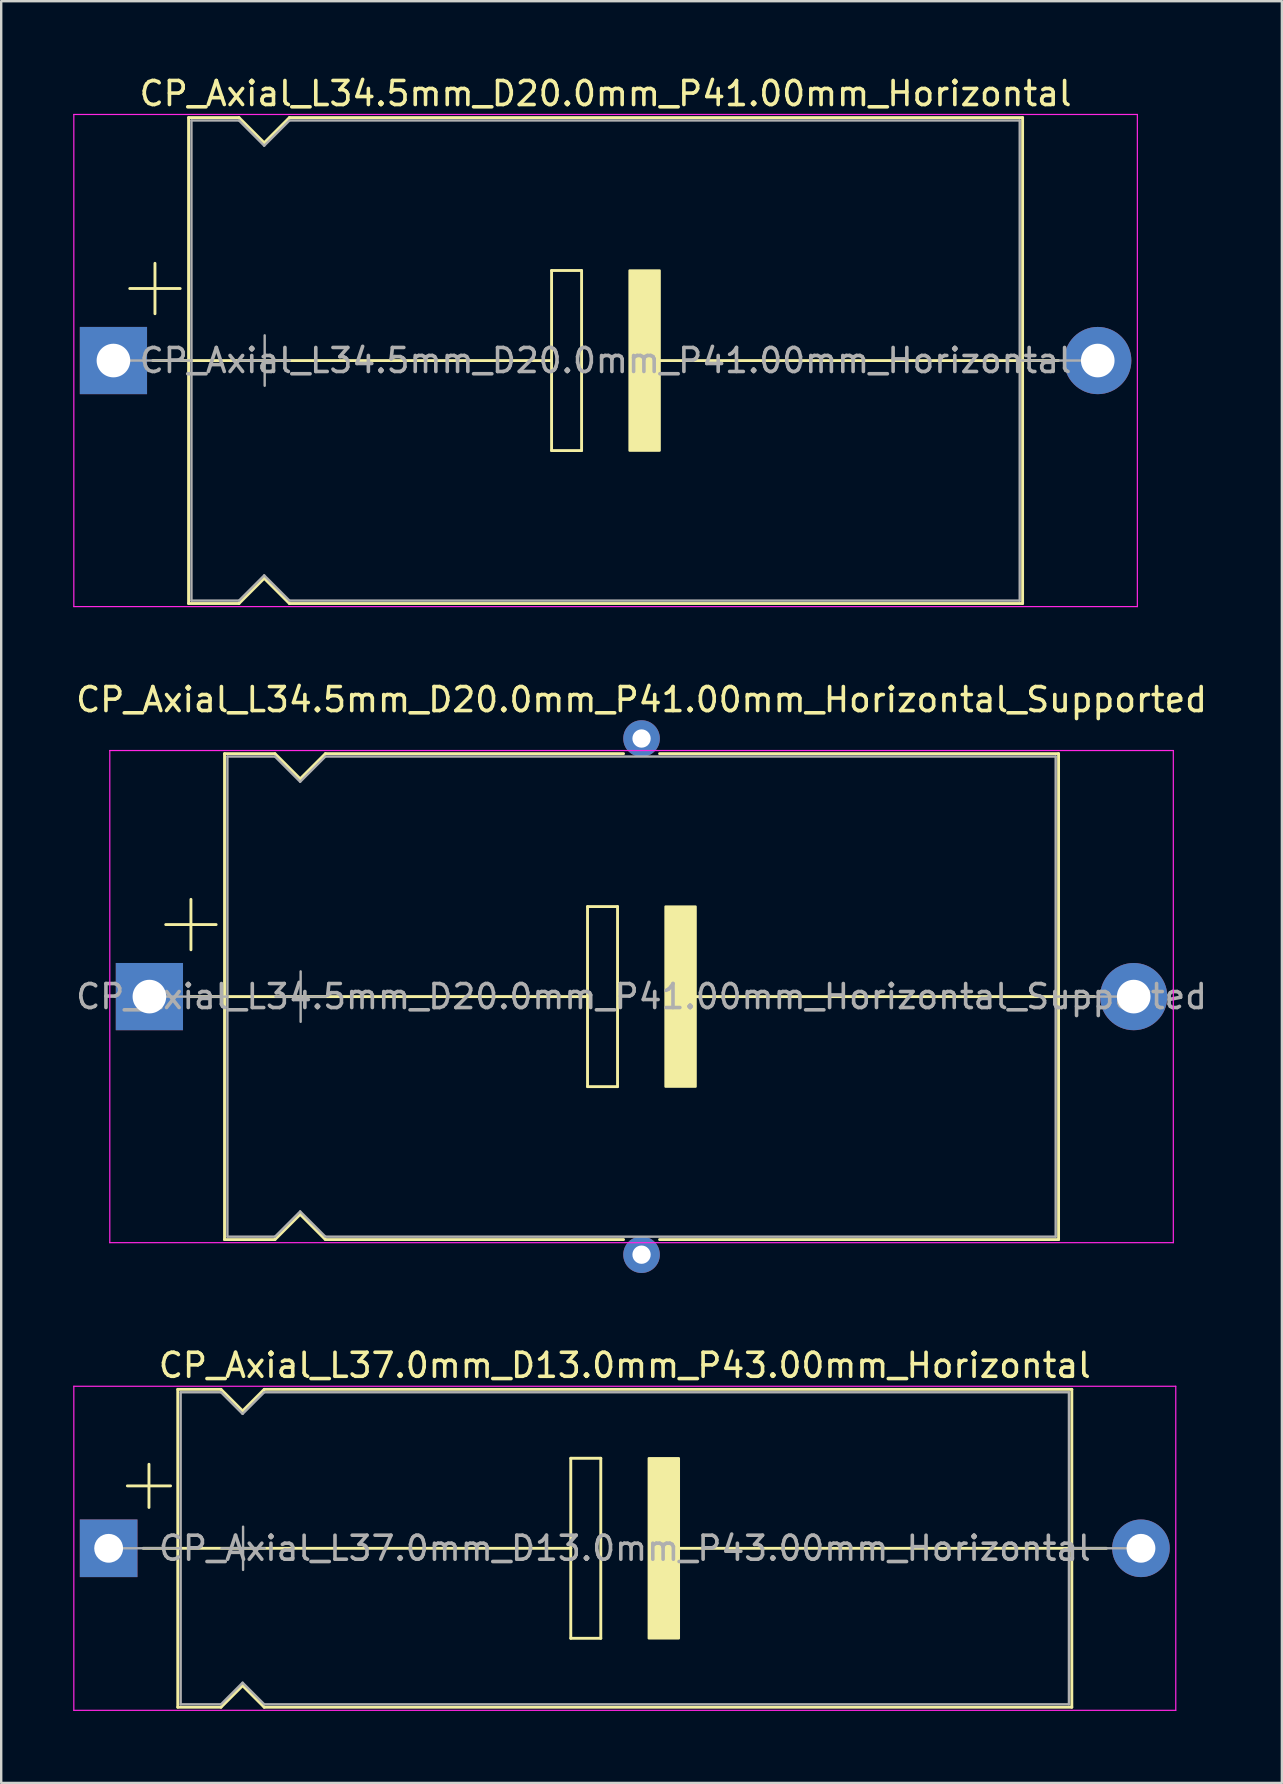
<source format=kicad_pcb>
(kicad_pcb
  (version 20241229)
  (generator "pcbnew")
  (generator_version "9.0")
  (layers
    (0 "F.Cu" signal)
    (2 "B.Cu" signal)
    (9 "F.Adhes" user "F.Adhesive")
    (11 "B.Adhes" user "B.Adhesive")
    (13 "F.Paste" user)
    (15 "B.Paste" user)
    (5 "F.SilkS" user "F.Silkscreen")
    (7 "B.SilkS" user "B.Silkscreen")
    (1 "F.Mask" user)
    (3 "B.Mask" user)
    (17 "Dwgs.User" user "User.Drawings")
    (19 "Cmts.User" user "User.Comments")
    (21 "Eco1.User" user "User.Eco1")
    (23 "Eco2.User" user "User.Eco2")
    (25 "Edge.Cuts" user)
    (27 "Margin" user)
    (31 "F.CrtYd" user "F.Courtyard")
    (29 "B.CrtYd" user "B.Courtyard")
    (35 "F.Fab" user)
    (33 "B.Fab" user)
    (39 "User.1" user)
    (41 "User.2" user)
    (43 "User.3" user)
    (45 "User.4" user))
  (footprint "CP_Axial_L34.5mm_D20.0mm_P41.00mm_Horizontal"
    (layer "F.Cu")
    (at 1.675 11.968)
    (property "Reference" "CP_Axial_L34.5mm_D20.0mm_P41.00mm_Horizontal" (at 20.5 -11.12 0) (layer "F.SilkS") (effects (font (size 1 1) (thickness 0.15))))
    (attr through_hole)
    (fp_line (start 0.68 -3) (end 2.78 -3) (stroke (width 0.12) (type solid)) (layer "F.SilkS"))
    (fp_line (start 1.64 0) (end 3.13 0) (stroke (width 0.12) (type solid)) (layer "F.SilkS"))
    (fp_line (start 1.73 -4.05) (end 1.73 -1.95) (stroke (width 0.12) (type solid)) (layer "F.SilkS"))
    (fp_line (start 3.111 0) (end 18.25 0) (stroke (width 0.12) (type solid)) (layer "F.SilkS"))
    (fp_line (start 3.13 -10.12) (end 3.13 10.12) (stroke (width 0.12) (type solid)) (layer "F.SilkS"))
    (fp_line (start 3.13 -10.12) (end 5.23 -10.12) (stroke (width 0.12) (type solid)) (layer "F.SilkS"))
    (fp_line (start 3.13 10.12) (end 5.23 10.12) (stroke (width 0.12) (type solid)) (layer "F.SilkS"))
    (fp_line (start 5.23 -10.12) (end 6.28 -9.07) (stroke (width 0.12) (type solid)) (layer "F.SilkS"))
    (fp_line (start 5.23 10.12) (end 6.28 9.07) (stroke (width 0.12) (type solid)) (layer "F.SilkS"))
    (fp_line (start 6.28 -9.07) (end 7.33 -10.12) (stroke (width 0.12) (type solid)) (layer "F.SilkS"))
    (fp_line (start 6.28 9.07) (end 7.33 10.12) (stroke (width 0.12) (type solid)) (layer "F.SilkS"))
    (fp_line (start 7.33 -10.12) (end 37.87 -10.12) (stroke (width 0.12) (type solid)) (layer "F.SilkS"))
    (fp_line (start 7.33 10.12) (end 37.87 10.12) (stroke (width 0.12) (type solid)) (layer "F.SilkS"))
    (fp_line (start 18.25 -3.75) (end 19.5 -3.75) (stroke (width 0.12) (type solid)) (layer "F.SilkS"))
    (fp_line (start 18.25 0) (end 18.25 -3.75) (stroke (width 0.12) (type solid)) (layer "F.SilkS"))
    (fp_line (start 18.25 3.75) (end 18.25 0) (stroke (width 0.12) (type solid)) (layer "F.SilkS"))
    (fp_line (start 19.5 -3.75) (end 19.5 3.75) (stroke (width 0.12) (type solid)) (layer "F.SilkS"))
    (fp_line (start 19.5 3.75) (end 18.25 3.75) (stroke (width 0.12) (type solid)) (layer "F.SilkS"))
    (fp_line (start 22.75 0) (end 37.87 0) (stroke (width 0.12) (type solid)) (layer "F.SilkS"))
    (fp_line (start 37.87 -10.12) (end 37.87 10.12) (stroke (width 0.12) (type solid)) (layer "F.SilkS"))
    (fp_line (start 39.36 0) (end 37.87 0) (stroke (width 0.12) (type solid)) (layer "F.SilkS"))
    (fp_poly (pts (xy 22.75 3.75) (xy 21.5 3.75) (xy 21.5 -3.75) (xy 22.75 -3.75)) (stroke (width 0.1) (type solid)) (fill yes) (layer "F.SilkS"))
    (fp_line (start -1.65 -10.25) (end -1.65 10.25) (stroke (width 0.05) (type solid)) (layer "F.CrtYd"))
    (fp_line (start -1.65 10.25) (end 42.65 10.25) (stroke (width 0.05) (type solid)) (layer "F.CrtYd"))
    (fp_line (start 42.65 -10.25) (end -1.65 -10.25) (stroke (width 0.05) (type solid)) (layer "F.CrtYd"))
    (fp_line (start 42.65 10.25) (end 42.65 -10.25) (stroke (width 0.05) (type solid)) (layer "F.CrtYd"))
    (fp_line (start 0 0) (end 3.25 0) (stroke (width 0.1) (type solid)) (layer "F.Fab"))
    (fp_line (start 3.25 -10) (end 3.25 10) (stroke (width 0.1) (type solid)) (layer "F.Fab"))
    (fp_line (start 3.25 -10) (end 5.23 -10) (stroke (width 0.1) (type solid)) (layer "F.Fab"))
    (fp_line (start 3.25 10) (end 5.23 10) (stroke (width 0.1) (type solid)) (layer "F.Fab"))
    (fp_line (start 5.23 -10) (end 6.28 -8.95) (stroke (width 0.1) (type solid)) (layer "F.Fab"))
    (fp_line (start 5.23 10) (end 6.28 8.95) (stroke (width 0.1) (type solid)) (layer "F.Fab"))
    (fp_line (start 5.25 0) (end 7.35 0) (stroke (width 0.1) (type solid)) (layer "F.Fab"))
    (fp_line (start 6.28 -8.95) (end 7.33 -10) (stroke (width 0.1) (type solid)) (layer "F.Fab"))
    (fp_line (start 6.28 8.95) (end 7.33 10) (stroke (width 0.1) (type solid)) (layer "F.Fab"))
    (fp_line (start 6.3 -1.05) (end 6.3 1.05) (stroke (width 0.1) (type solid)) (layer "F.Fab"))
    (fp_line (start 7.33 -10) (end 37.75 -10) (stroke (width 0.1) (type solid)) (layer "F.Fab"))
    (fp_line (start 7.33 10) (end 37.75 10) (stroke (width 0.1) (type solid)) (layer "F.Fab"))
    (fp_line (start 37.75 -10) (end 37.75 10) (stroke (width 0.1) (type solid)) (layer "F.Fab"))
    (fp_line (start 41 0) (end 37.75 0) (stroke (width 0.1) (type solid)) (layer "F.Fab"))
    (fp_text user "${REFERENCE}" (at 20.5 0 0) (layer "F.Fab") (effects (font (size 1 1) (thickness 0.15))))
    (pad "1" thru_hole rect (at 0 0) (size 2.8 2.8) (drill 1.4) (layers "*.Cu" "*.Mask"))
    (pad "2" thru_hole oval (at 41 0) (size 2.8 2.8) (drill 1.4) (layers "*.Cu" "*.Mask")))
  (footprint "CP_Axial_L34.5mm_D20.0mm_P41.00mm_Horizontal_Supported"
    (layer "F.Cu")
    (at 3.173 38.462)
    (property "Reference" "CP_Axial_L34.5mm_D20.0mm_P41.00mm_Horizontal_Supported" (at 20.5 -12.37 0) (layer "F.SilkS") (effects (font (size 1 1) (thickness 0.15))))
    (attr through_hole)
    (fp_line (start 0.68 -3) (end 2.78 -3) (stroke (width 0.12) (type solid)) (layer "F.SilkS"))
    (fp_line (start 1.64 0) (end 3.13 0) (stroke (width 0.12) (type solid)) (layer "F.SilkS"))
    (fp_line (start 1.73 -4.05) (end 1.73 -1.95) (stroke (width 0.12) (type solid)) (layer "F.SilkS"))
    (fp_line (start 3.13 -10.12) (end 3.13 10.12) (stroke (width 0.12) (type solid)) (layer "F.SilkS"))
    (fp_line (start 3.13 -10.12) (end 5.23 -10.12) (stroke (width 0.12) (type solid)) (layer "F.SilkS"))
    (fp_line (start 3.13 0) (end 18.25 0) (stroke (width 0.12) (type solid)) (layer "F.SilkS"))
    (fp_line (start 3.13 10.12) (end 5.23 10.12) (stroke (width 0.12) (type solid)) (layer "F.SilkS"))
    (fp_line (start 5.23 -10.12) (end 6.28 -9.07) (stroke (width 0.12) (type solid)) (layer "F.SilkS"))
    (fp_line (start 5.23 10.12) (end 6.28 9.07) (stroke (width 0.12) (type solid)) (layer "F.SilkS"))
    (fp_line (start 6.28 -9.07) (end 7.33 -10.12) (stroke (width 0.12) (type solid)) (layer "F.SilkS"))
    (fp_line (start 6.28 9.07) (end 7.33 10.12) (stroke (width 0.12) (type solid)) (layer "F.SilkS"))
    (fp_line (start 7.33 -10.12) (end 19.75 -10.12) (stroke (width 0.12) (type solid)) (layer "F.SilkS"))
    (fp_line (start 7.33 10.12) (end 19.75 10.12) (stroke (width 0.12) (type solid)) (layer "F.SilkS"))
    (fp_line (start 18.25 -3.75) (end 19.5 -3.75) (stroke (width 0.12) (type solid)) (layer "F.SilkS"))
    (fp_line (start 18.25 0) (end 18.25 -3.75) (stroke (width 0.12) (type solid)) (layer "F.SilkS"))
    (fp_line (start 18.25 3.75) (end 18.25 0) (stroke (width 0.12) (type solid)) (layer "F.SilkS"))
    (fp_line (start 19.5 -3.75) (end 19.5 3.75) (stroke (width 0.12) (type solid)) (layer "F.SilkS"))
    (fp_line (start 19.5 3.75) (end 18.25 3.75) (stroke (width 0.12) (type solid)) (layer "F.SilkS"))
    (fp_line (start 21.25 -10.12) (end 37.87 -10.12) (stroke (width 0.12) (type solid)) (layer "F.SilkS"))
    (fp_line (start 21.25 10.12) (end 37.87 10.12) (stroke (width 0.12) (type solid)) (layer "F.SilkS"))
    (fp_line (start 22.75 0) (end 37.87 0) (stroke (width 0.12) (type solid)) (layer "F.SilkS"))
    (fp_line (start 37.87 -10.12) (end 37.87 10.12) (stroke (width 0.12) (type solid)) (layer "F.SilkS"))
    (fp_line (start 39.36 0) (end 37.87 0) (stroke (width 0.12) (type solid)) (layer "F.SilkS"))
    (fp_poly (pts (xy 22.75 3.75) (xy 21.5 3.75) (xy 21.5 -3.75) (xy 22.75 -3.75)) (stroke (width 0.1) (type solid)) (fill yes) (layer "F.SilkS"))
    (fp_line (start -1.65 -10.25) (end -1.65 10.25) (stroke (width 0.05) (type solid)) (layer "F.CrtYd"))
    (fp_line (start -1.65 10.25) (end 42.65 10.25) (stroke (width 0.05) (type solid)) (layer "F.CrtYd"))
    (fp_line (start 42.65 -10.25) (end -1.65 -10.25) (stroke (width 0.05) (type solid)) (layer "F.CrtYd"))
    (fp_line (start 42.65 10.25) (end 42.65 -10.25) (stroke (width 0.05) (type solid)) (layer "F.CrtYd"))
    (fp_line (start 0 0) (end 3.25 0) (stroke (width 0.1) (type solid)) (layer "F.Fab"))
    (fp_line (start 3.25 -10) (end 3.25 10) (stroke (width 0.1) (type solid)) (layer "F.Fab"))
    (fp_line (start 3.25 -10) (end 5.23 -10) (stroke (width 0.1) (type solid)) (layer "F.Fab"))
    (fp_line (start 3.25 10) (end 5.23 10) (stroke (width 0.1) (type solid)) (layer "F.Fab"))
    (fp_line (start 5.23 -10) (end 6.28 -8.95) (stroke (width 0.1) (type solid)) (layer "F.Fab"))
    (fp_line (start 5.23 10) (end 6.28 8.95) (stroke (width 0.1) (type solid)) (layer "F.Fab"))
    (fp_line (start 5.25 0) (end 7.35 0) (stroke (width 0.1) (type solid)) (layer "F.Fab"))
    (fp_line (start 6.28 -8.95) (end 7.33 -10) (stroke (width 0.1) (type solid)) (layer "F.Fab"))
    (fp_line (start 6.28 8.95) (end 7.33 10) (stroke (width 0.1) (type solid)) (layer "F.Fab"))
    (fp_line (start 6.3 -1.05) (end 6.3 1.05) (stroke (width 0.1) (type solid)) (layer "F.Fab"))
    (fp_line (start 7.33 -10) (end 37.75 -10) (stroke (width 0.1) (type solid)) (layer "F.Fab"))
    (fp_line (start 7.33 10) (end 37.75 10) (stroke (width 0.1) (type solid)) (layer "F.Fab"))
    (fp_line (start 37.75 -10) (end 37.75 10) (stroke (width 0.1) (type solid)) (layer "F.Fab"))
    (fp_line (start 41 0) (end 37.75 0) (stroke (width 0.1) (type solid)) (layer "F.Fab"))
    (fp_text user "${REFERENCE}" (at 20.5 0 0) (layer "F.Fab") (effects (font (size 1 1) (thickness 0.15))))
    (pad "" thru_hole circle (at 20.5 -10.75) (size 1.524 1.524) (drill 0.762) (layers "*.Cu" "*.Mask"))
    (pad "" thru_hole circle (at 20.5 10.75) (size 1.524 1.524) (drill 0.762) (layers "*.Cu" "*.Mask"))
    (pad "1" thru_hole rect (at 0 0) (size 2.8 2.8) (drill 1.4) (layers "*.Cu" "*.Mask"))
    (pad "2" thru_hole oval (at 41 0) (size 2.8 2.8) (drill 1.4) (layers "*.Cu" "*.Mask")))
  (footprint "CP_Axial_L37.0mm_D13.0mm_P43.00mm_Horizontal"
    (layer "F.Cu")
    (at 1.475 61.442)
    (property "Reference" "CP_Axial_L37.0mm_D13.0mm_P43.00mm_Horizontal" (at 21.5 -7.62 0) (layer "F.SilkS") (effects (font (size 1 1) (thickness 0.15))))
    (attr through_hole)
    (fp_line (start 0.78 -2.6) (end 2.58 -2.6) (stroke (width 0.12) (type solid)) (layer "F.SilkS"))
    (fp_line (start 1.44 0) (end 2.88 0) (stroke (width 0.12) (type solid)) (layer "F.SilkS"))
    (fp_line (start 1.68 -3.5) (end 1.68 -1.7) (stroke (width 0.12) (type solid)) (layer "F.SilkS"))
    (fp_line (start 2.88 -6.62) (end 2.88 6.62) (stroke (width 0.12) (type solid)) (layer "F.SilkS"))
    (fp_line (start 2.88 -6.62) (end 4.68 -6.62) (stroke (width 0.12) (type solid)) (layer "F.SilkS"))
    (fp_line (start 2.88 0) (end 19.25 0) (stroke (width 0.12) (type solid)) (layer "F.SilkS"))
    (fp_line (start 2.88 6.62) (end 4.68 6.62) (stroke (width 0.12) (type solid)) (layer "F.SilkS"))
    (fp_line (start 4.68 -6.62) (end 5.58 -5.72) (stroke (width 0.12) (type solid)) (layer "F.SilkS"))
    (fp_line (start 4.68 6.62) (end 5.58 5.72) (stroke (width 0.12) (type solid)) (layer "F.SilkS"))
    (fp_line (start 5.58 -5.72) (end 6.48 -6.62) (stroke (width 0.12) (type solid)) (layer "F.SilkS"))
    (fp_line (start 5.58 5.72) (end 6.48 6.62) (stroke (width 0.12) (type solid)) (layer "F.SilkS"))
    (fp_line (start 6.48 -6.62) (end 40.12 -6.62) (stroke (width 0.12) (type solid)) (layer "F.SilkS"))
    (fp_line (start 6.48 6.62) (end 40.12 6.62) (stroke (width 0.12) (type solid)) (layer "F.SilkS"))
    (fp_line (start 19.25 -3.75) (end 20.5 -3.75) (stroke (width 0.12) (type solid)) (layer "F.SilkS"))
    (fp_line (start 19.25 0) (end 19.25 -3.75) (stroke (width 0.12) (type solid)) (layer "F.SilkS"))
    (fp_line (start 19.25 3.75) (end 19.25 0) (stroke (width 0.12) (type solid)) (layer "F.SilkS"))
    (fp_line (start 20.5 -3.75) (end 20.5 3.75) (stroke (width 0.12) (type solid)) (layer "F.SilkS"))
    (fp_line (start 20.5 3.75) (end 19.25 3.75) (stroke (width 0.12) (type solid)) (layer "F.SilkS"))
    (fp_line (start 23.75 0) (end 40.12 0) (stroke (width 0.12) (type solid)) (layer "F.SilkS"))
    (fp_line (start 40.12 -6.62) (end 40.12 6.62) (stroke (width 0.12) (type solid)) (layer "F.SilkS"))
    (fp_line (start 41.56 0) (end 40.12 0) (stroke (width 0.12) (type solid)) (layer "F.SilkS"))
    (fp_poly (pts (xy 23.75 3.75) (xy 22.5 3.75) (xy 22.5 -3.75) (xy 23.75 -3.75)) (stroke (width 0.1) (type solid)) (fill yes) (layer "F.SilkS"))
    (fp_line (start -1.45 -6.75) (end -1.45 6.75) (stroke (width 0.05) (type solid)) (layer "F.CrtYd"))
    (fp_line (start -1.45 6.75) (end 44.45 6.75) (stroke (width 0.05) (type solid)) (layer "F.CrtYd"))
    (fp_line (start 44.45 -6.75) (end -1.45 -6.75) (stroke (width 0.05) (type solid)) (layer "F.CrtYd"))
    (fp_line (start 44.45 6.75) (end 44.45 -6.75) (stroke (width 0.05) (type solid)) (layer "F.CrtYd"))
    (fp_line (start 0 0) (end 3 0) (stroke (width 0.1) (type solid)) (layer "F.Fab"))
    (fp_line (start 3 -6.5) (end 3 6.5) (stroke (width 0.1) (type solid)) (layer "F.Fab"))
    (fp_line (start 3 -6.5) (end 4.68 -6.5) (stroke (width 0.1) (type solid)) (layer "F.Fab"))
    (fp_line (start 3 6.5) (end 4.68 6.5) (stroke (width 0.1) (type solid)) (layer "F.Fab"))
    (fp_line (start 4.68 -6.5) (end 5.58 -5.6) (stroke (width 0.1) (type solid)) (layer "F.Fab"))
    (fp_line (start 4.68 6.5) (end 5.58 5.6) (stroke (width 0.1) (type solid)) (layer "F.Fab"))
    (fp_line (start 4.7 0) (end 6.5 0) (stroke (width 0.1) (type solid)) (layer "F.Fab"))
    (fp_line (start 5.58 -5.6) (end 6.48 -6.5) (stroke (width 0.1) (type solid)) (layer "F.Fab"))
    (fp_line (start 5.58 5.6) (end 6.48 6.5) (stroke (width 0.1) (type solid)) (layer "F.Fab"))
    (fp_line (start 5.6 -0.9) (end 5.6 0.9) (stroke (width 0.1) (type solid)) (layer "F.Fab"))
    (fp_line (start 6.48 -6.5) (end 40 -6.5) (stroke (width 0.1) (type solid)) (layer "F.Fab"))
    (fp_line (start 6.48 6.5) (end 40 6.5) (stroke (width 0.1) (type solid)) (layer "F.Fab"))
    (fp_line (start 40 -6.5) (end 40 6.5) (stroke (width 0.1) (type solid)) (layer "F.Fab"))
    (fp_line (start 43 0) (end 40 0) (stroke (width 0.1) (type solid)) (layer "F.Fab"))
    (fp_text user "${REFERENCE}" (at 21.5 0 0) (layer "F.Fab") (effects (font (size 1 1) (thickness 0.15))))
    (pad "1" thru_hole rect (at 0 0) (size 2.4 2.4) (drill 1.2) (layers "*.Cu" "*.Mask"))
    (pad "2" thru_hole oval (at 43 0) (size 2.4 2.4) (drill 1.2) (layers "*.Cu" "*.Mask")))
  (gr_rect
    (start -3 -3)
    (end 50.345 71.217)
    (stroke (width 0.1) (type default))
    (fill no)
    (layer "Edge.Cuts")))
</source>
